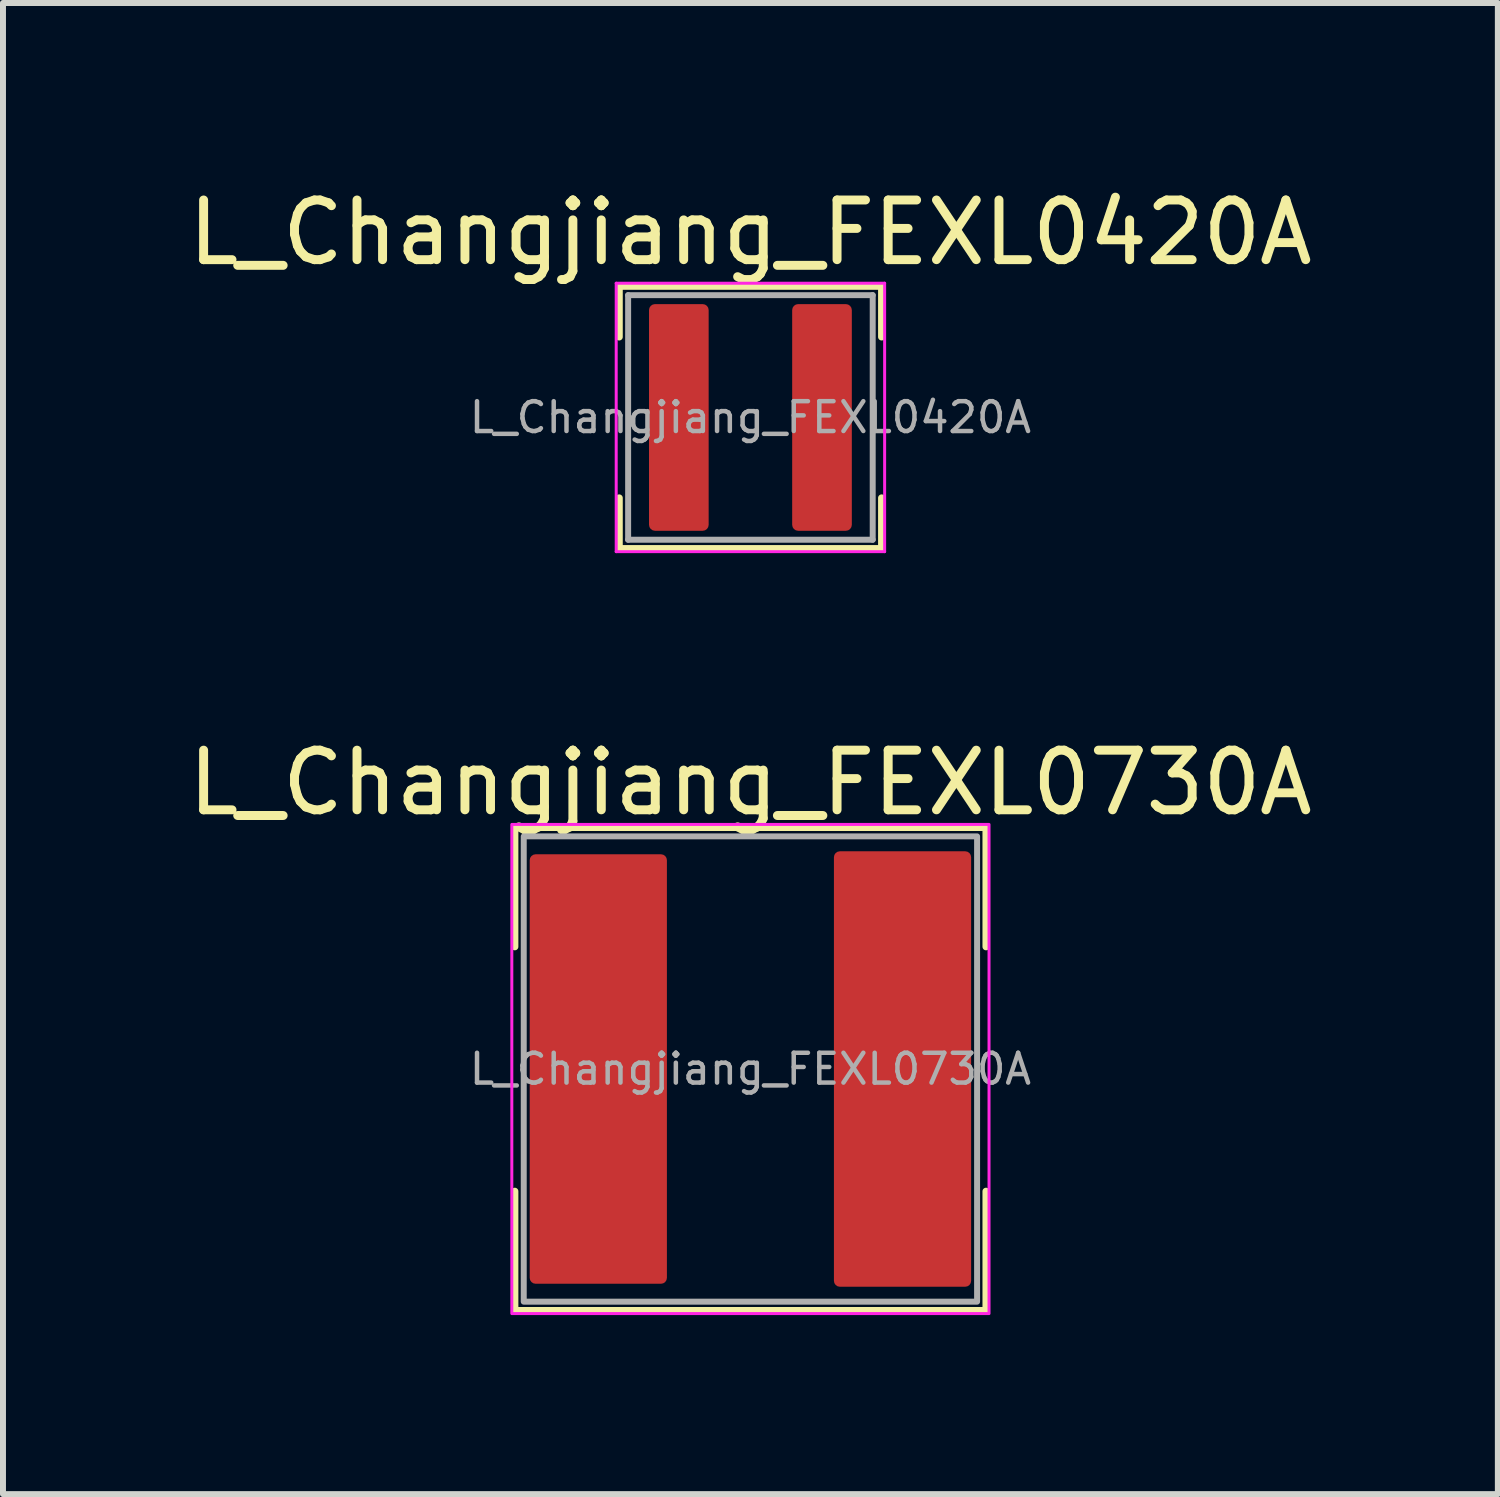
<source format=kicad_pcb>
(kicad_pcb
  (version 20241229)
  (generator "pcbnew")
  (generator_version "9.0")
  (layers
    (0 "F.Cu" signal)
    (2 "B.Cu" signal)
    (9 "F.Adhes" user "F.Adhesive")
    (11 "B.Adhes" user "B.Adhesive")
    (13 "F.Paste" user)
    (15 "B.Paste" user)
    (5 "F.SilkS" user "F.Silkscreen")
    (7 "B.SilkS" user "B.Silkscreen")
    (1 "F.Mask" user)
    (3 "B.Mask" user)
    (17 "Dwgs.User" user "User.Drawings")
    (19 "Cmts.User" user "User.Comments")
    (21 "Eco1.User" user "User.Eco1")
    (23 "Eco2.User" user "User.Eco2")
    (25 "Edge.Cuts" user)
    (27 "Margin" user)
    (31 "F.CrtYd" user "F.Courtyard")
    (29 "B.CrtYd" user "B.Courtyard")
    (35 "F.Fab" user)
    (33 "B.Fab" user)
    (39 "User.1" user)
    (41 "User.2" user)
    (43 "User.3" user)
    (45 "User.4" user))
  (footprint "L_Changjiang_FEXL0730A"
    (layer "F.Cu")
    (at 9.53 14.871)
    (property "Reference" "L_Changjiang_FEXL0730A" (at 0 -4.8 0) (layer "F.SilkS") (effects (font (size 1 1) (thickness 0.15))))
    (attr smd)
    (fp_line (start -3.95 -4.05) (end -3.95 -2.05) (stroke (width 0.12) (type solid)) (layer "F.SilkS"))
    (fp_line (start -3.95 -4.05) (end 3.95 -4.05) (stroke (width 0.12) (type solid)) (layer "F.SilkS"))
    (fp_line (start -3.95 4.05) (end -3.95 2.05) (stroke (width 0.12) (type solid)) (layer "F.SilkS"))
    (fp_line (start -3.95 4.05) (end 3.95 4.05) (stroke (width 0.12) (type solid)) (layer "F.SilkS"))
    (fp_line (start 3.95 -4.05) (end 3.95 -2.05) (stroke (width 0.12) (type solid)) (layer "F.SilkS"))
    (fp_line (start 3.95 4.05) (end 3.95 2.05) (stroke (width 0.12) (type solid)) (layer "F.SilkS"))
    (fp_rect (start -4 -4.1) (end 4 4.1) (stroke (width 0.05) (type solid)) (fill no) (layer "F.CrtYd"))
    (fp_rect (start -3.8 -3.9) (end 3.8 3.9) (stroke (width 0.1) (type solid)) (fill no) (layer "F.Fab"))
    (fp_text user "${REFERENCE}" (at 0 0 0) (layer "F.Fab") (effects (font (size 0.5 0.5) (thickness 0.075))))
    (pad "1" smd roundrect (at -2.55 0) (size 2.3 7.2) (layers "F.Cu" "F.Mask" "F.Paste") (roundrect_rratio 0.043))
    (pad "2" smd roundrect (at 2.55 0) (size 2.3 7.3) (layers "F.Cu" "F.Mask" "F.Paste") (roundrect_rratio 0.043)))
  (footprint "L_Changjiang_FEXL0420A"
    (layer "F.Cu")
    (at 9.53 3.948)
    (property "Reference" "L_Changjiang_FEXL0420A" (at 0 -3.1 0) (layer "F.SilkS") (effects (font (size 1 1) (thickness 0.15))))
    (attr smd)
    (fp_line (start -2.2 -2.2) (end -2.2 -1.35) (stroke (width 0.12) (type solid)) (layer "F.SilkS"))
    (fp_line (start -2.2 -2.2) (end 2.2 -2.2) (stroke (width 0.12) (type solid)) (layer "F.SilkS"))
    (fp_line (start -2.2 2.2) (end -2.2 1.35) (stroke (width 0.12) (type solid)) (layer "F.SilkS"))
    (fp_line (start -2.2 2.2) (end 2.2 2.2) (stroke (width 0.12) (type solid)) (layer "F.SilkS"))
    (fp_line (start 2.2 -2.2) (end 2.2 -1.35) (stroke (width 0.12) (type solid)) (layer "F.SilkS"))
    (fp_line (start 2.2 2.2) (end 2.2 1.35) (stroke (width 0.12) (type solid)) (layer "F.SilkS"))
    (fp_line (start -2.25 -2.25) (end -2.25 2.25) (stroke (width 0.05) (type solid)) (layer "F.CrtYd"))
    (fp_line (start -2.25 2.25) (end 2.25 2.25) (stroke (width 0.05) (type solid)) (layer "F.CrtYd"))
    (fp_line (start 2.25 -2.25) (end -2.25 -2.25) (stroke (width 0.05) (type solid)) (layer "F.CrtYd"))
    (fp_line (start 2.25 2.25) (end 2.25 -2.25) (stroke (width 0.05) (type solid)) (layer "F.CrtYd"))
    (fp_line (start -2.05 -2.05) (end -2.05 2.05) (stroke (width 0.1) (type solid)) (layer "F.Fab"))
    (fp_line (start -2.05 2.05) (end 2.05 2.05) (stroke (width 0.1) (type solid)) (layer "F.Fab"))
    (fp_line (start 2.05 -2.05) (end -2.05 -2.05) (stroke (width 0.1) (type solid)) (layer "F.Fab"))
    (fp_line (start 2.05 2.05) (end 2.05 -2.05) (stroke (width 0.1) (type solid)) (layer "F.Fab"))
    (fp_text user "${REFERENCE}" (at 0 0 0) (layer "F.Fab") (effects (font (size 0.5 0.5) (thickness 0.075))))
    (pad "1" smd roundrect (at -1.2 0) (size 1 3.8) (layers "F.Cu" "F.Mask" "F.Paste") (roundrect_rratio 0.1))
    (pad "2" smd roundrect (at 1.2 0) (size 1 3.8) (layers "F.Cu" "F.Mask" "F.Paste") (roundrect_rratio 0.1)))
  (gr_rect
    (start -3 -3)
    (end 22.06 21.997)
    (stroke (width 0.1) (type default))
    (fill no)
    (layer "Edge.Cuts")))
</source>
